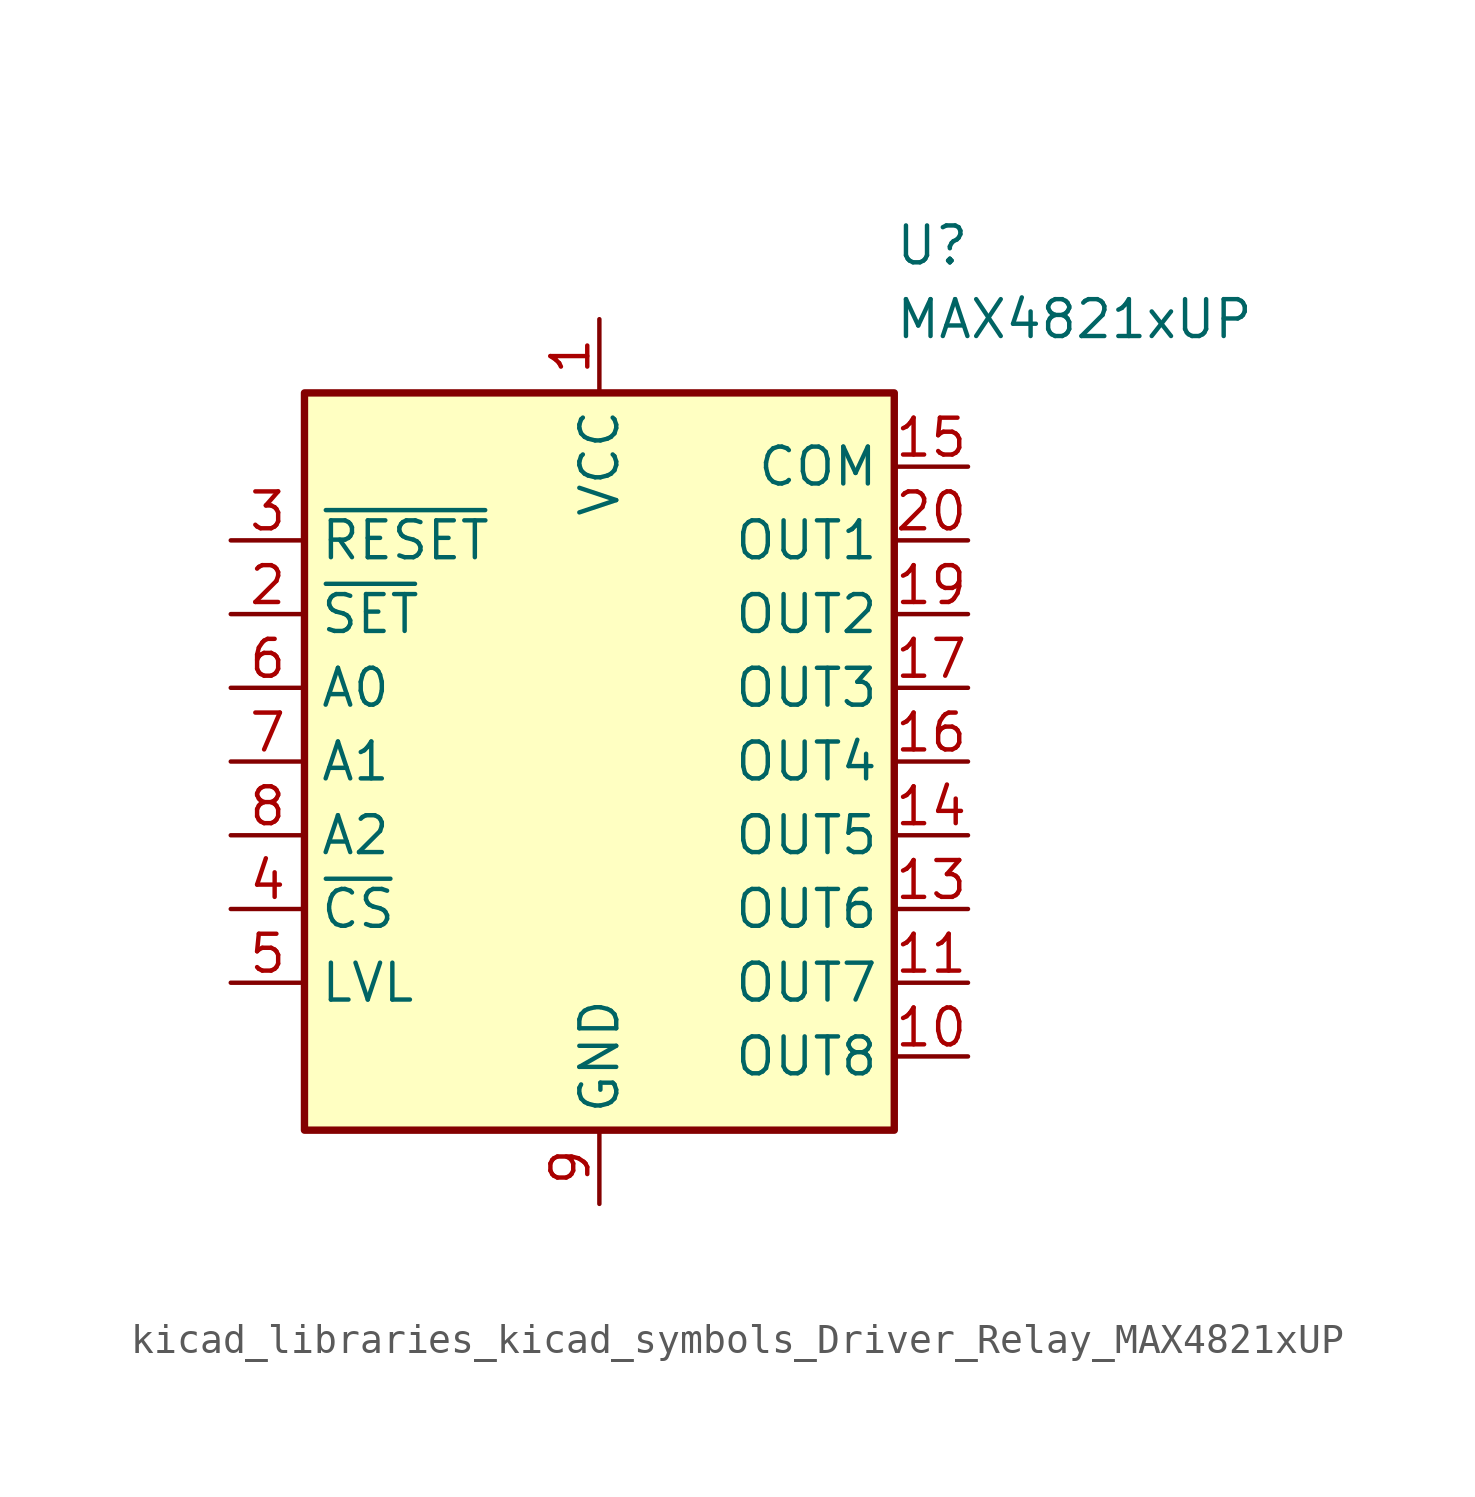
<source format=kicad_sym>
(kicad_symbol_lib
  (version 20220914)
  (generator kicad_symbol_editor)
  (symbol "kicad_libraries_kicad_symbols_Driver_Relay_MAX4821xUP"
    (property "Reference" "U"
      (at 10.16 17.78 0)
      (effects (font (size 1.27 1.27)) (justify left)))
    (property "Value" "MAX4821xUP"
      (at 10.16 15.24 0)
      (effects (font (size 1.27 1.27)) (justify left)))
    (symbol "kicad_libraries_kicad_symbols_Driver_Relay_MAX4821xUP_0_0"
      (pin open_collector line (at 12.7 2.54 180) (length 2.54) (name "OUT3" (effects (font (size 1.27 1.27)))) (number "17" (effects (font (size 1.27 1.27)))))
      (pin passive line (at 0 -15.24 90) (length 2.54) hide (name "GND" (effects (font (size 1.27 1.27)))) (number "18" (effects (font (size 1.27 1.27)))))
      (pin open_collector line (at 12.7 5.08 180) (length 2.54) (name "OUT2" (effects (font (size 1.27 1.27)))) (number "19" (effects (font (size 1.27 1.27)))))
      (pin open_collector line (at 12.7 7.62 180) (length 2.54) (name "OUT1" (effects (font (size 1.27 1.27)))) (number "20" (effects (font (size 1.27 1.27)))))
      (pin passive line (at 0 -15.24 90) (length 2.54) hide (name "GND" (effects (font (size 1.27 1.27)))) (number "21" (effects (font (size 1.27 1.27)))))
      (pin power_in line (at 0 -15.24 90) (length 2.54) (name "GND" (effects (font (size 1.27 1.27)))) (number "9" (effects (font (size 1.27 1.27))))))
    (symbol "kicad_libraries_kicad_symbols_Driver_Relay_MAX4821xUP_0_1"
      (rectangle (start -10.16 12.7) (end 10.16 -12.7) (stroke (width 0.254) (type default)) (fill (type background))))
    (symbol "kicad_libraries_kicad_symbols_Driver_Relay_MAX4821xUP_1_1"
      (pin power_in line (at 0 15.24 270) (length 2.54) (name "VCC" (effects (font (size 1.27 1.27)))) (number "1" (effects (font (size 1.27 1.27)))))
      (pin open_collector line (at 12.7 -10.16 180) (length 2.54) (name "OUT8" (effects (font (size 1.27 1.27)))) (number "10" (effects (font (size 1.27 1.27)))))
      (pin open_collector line (at 12.7 -7.62 180) (length 2.54) (name "OUT7" (effects (font (size 1.27 1.27)))) (number "11" (effects (font (size 1.27 1.27)))))
      (pin passive line (at 0 -15.24 90) (length 2.54) hide (name "GND" (effects (font (size 1.27 1.27)))) (number "12" (effects (font (size 1.27 1.27)))))
      (pin open_collector line (at 12.7 -5.08 180) (length 2.54) (name "OUT6" (effects (font (size 1.27 1.27)))) (number "13" (effects (font (size 1.27 1.27)))))
      (pin open_collector line (at 12.7 -2.54 180) (length 2.54) (name "OUT5" (effects (font (size 1.27 1.27)))) (number "14" (effects (font (size 1.27 1.27)))))
      (pin passive line (at 12.7 10.16 180) (length 2.54) (name "COM" (effects (font (size 1.27 1.27)))) (number "15" (effects (font (size 1.27 1.27)))))
      (pin open_collector line (at 12.7 0 180) (length 2.54) (name "OUT4" (effects (font (size 1.27 1.27)))) (number "16" (effects (font (size 1.27 1.27)))))
      (pin input line (at -12.7 5.08 0) (length 2.54) (name "~{SET}" (effects (font (size 1.27 1.27)))) (number "2" (effects (font (size 1.27 1.27)))))
      (pin input line (at -12.7 7.62 0) (length 2.54) (name "~{RESET}" (effects (font (size 1.27 1.27)))) (number "3" (effects (font (size 1.27 1.27)))))
      (pin input line (at -12.7 -5.08 0) (length 2.54) (name "~{CS}" (effects (font (size 1.27 1.27)))) (number "4" (effects (font (size 1.27 1.27)))))
      (pin input line (at -12.7 -7.62 0) (length 2.54) (name "LVL" (effects (font (size 1.27 1.27)))) (number "5" (effects (font (size 1.27 1.27)))))
      (pin input line (at -12.7 2.54 0) (length 2.54) (name "A0" (effects (font (size 1.27 1.27)))) (number "6" (effects (font (size 1.27 1.27)))))
      (pin input line (at -12.7 0 0) (length 2.54) (name "A1" (effects (font (size 1.27 1.27)))) (number "7" (effects (font (size 1.27 1.27)))))
      (pin input line (at -12.7 -2.54 0) (length 2.54) (name "A2" (effects (font (size 1.27 1.27)))) (number "8" (effects (font (size 1.27 1.27))))))))
</source>
